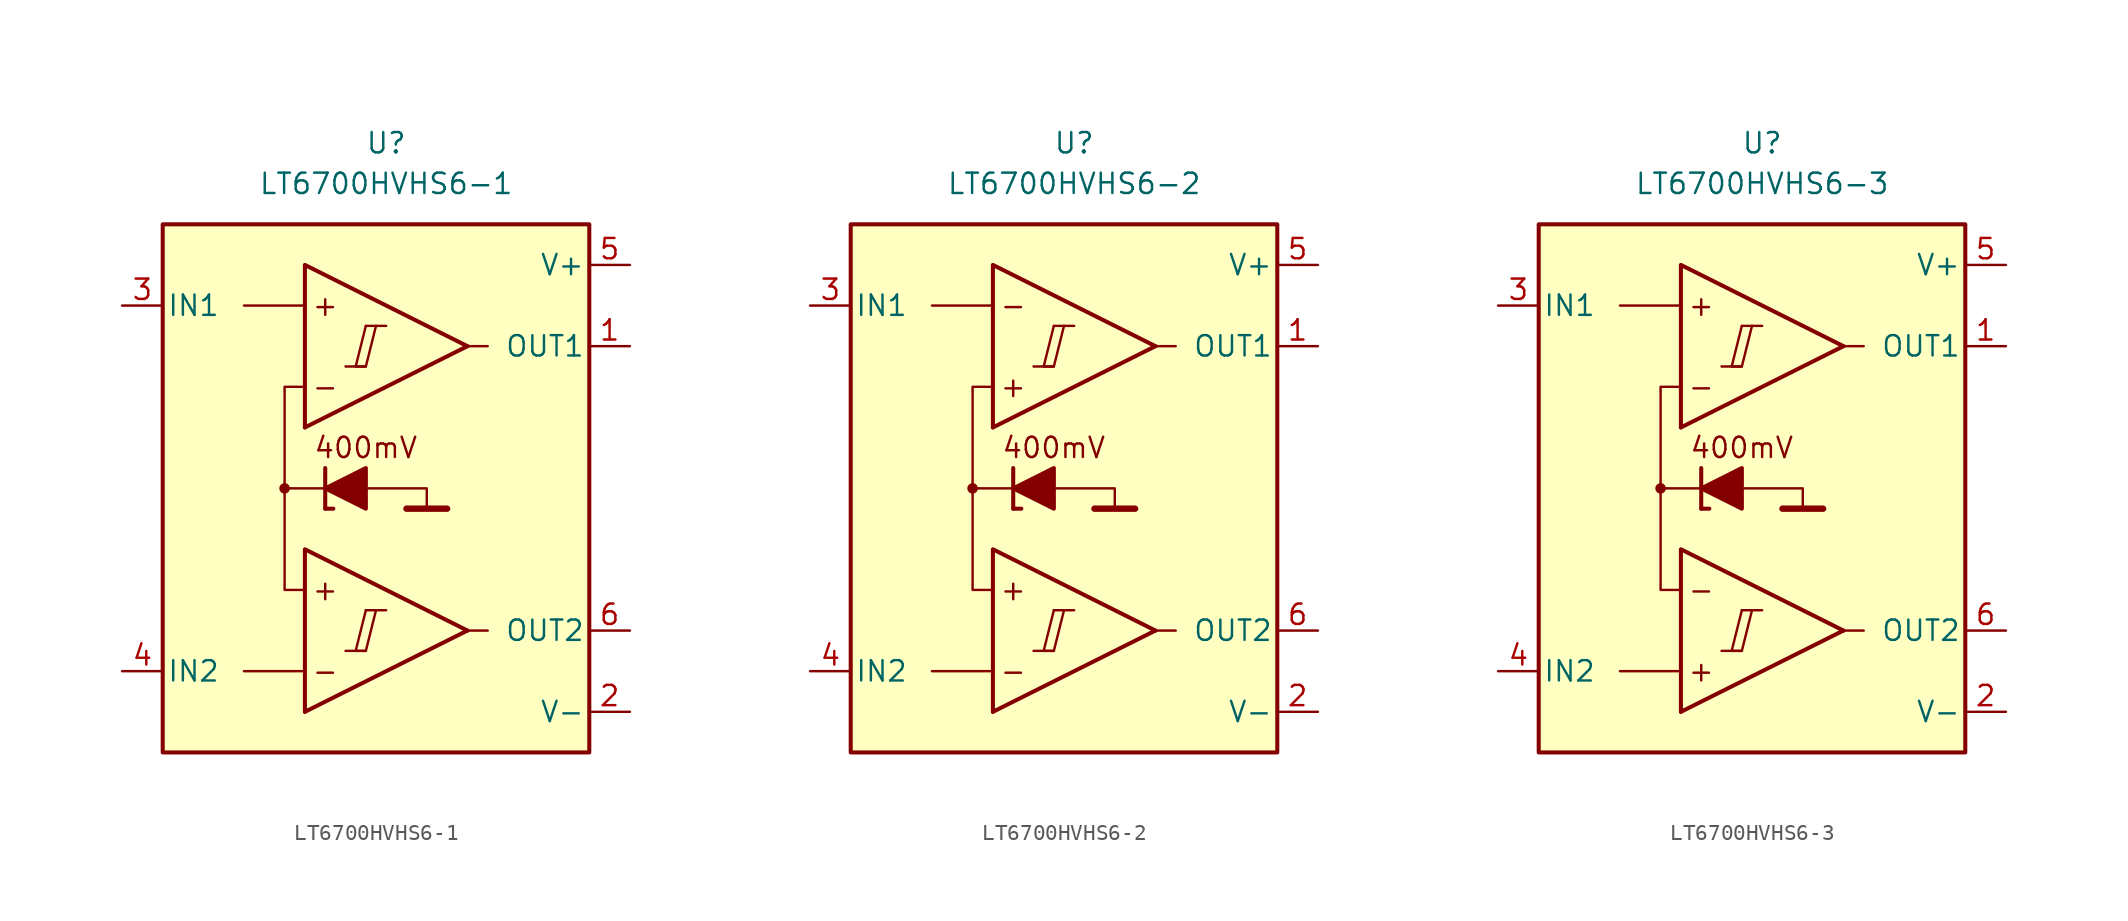
<source format=kicad_sym>
(kicad_symbol_lib
  (version 20211014)
  (generator kicad_symbol_editor)
  (symbol "LT6700HVHS6-1"
    (pin_names
      (offset 0.254))
    (property "Reference" "U"
      (at 0 22.86 0)
      (effects (font (size 1.27 1.27))))
    (property "Value" "LT6700HVHS6-1"
      (at 0 20.32 0)
      (effects (font (size 1.27 1.27))))
    (symbol "LT6700HVHS6-1_0_0"
      (rectangle (start -13.97 17.78) (end 12.7 -15.24) (stroke (width 0.254) (type default) (color 0 0 0 0)) (fill (type background)))
      (circle (center -6.35 1.27) (radius 0.254) (stroke (width 0.152) (type default) (color 0 0 0 0)) (fill (type outline)))
      (polyline (pts (xy -2.54 -8.89) (xy -1.27 -8.89)) (stroke (width 0.152) (type default) (color 0 0 0 0)) (fill (type none)))
      (polyline (pts (xy -2.54 8.89) (xy -1.27 8.89)) (stroke (width 0.152) (type default) (color 0 0 0 0)) (fill (type none)))
      (polyline (pts (xy -1.27 -6.35) (xy 0 -6.35)) (stroke (width 0.152) (type default) (color 0 0 0 0)) (fill (type none)))
      (polyline (pts (xy -1.27 11.43) (xy 0 11.43)) (stroke (width 0.152) (type default) (color 0 0 0 0)) (fill (type none)))
      (polyline (pts (xy 5.08 -7.62) (xy -5.08 -12.7)) (stroke (width 0.254) (type default) (color 0 0 0 0)) (fill (type none)))
      (polyline (pts (xy 5.08 10.16) (xy -5.08 5.08)) (stroke (width 0.254) (type default) (color 0 0 0 0)) (fill (type none)))
      (polyline (pts (xy 5.08 -7.62) (xy -5.08 -2.54) (xy -5.08 -12.7)) (stroke (width 0.254) (type default) (color 0 0 0 0)) (fill (type background)))
      (polyline (pts (xy 5.08 10.16) (xy -5.08 15.24) (xy -5.08 5.08)) (stroke (width 0.254) (type default) (color 0 0 0 0)) (fill (type background)))
      (polyline (pts (xy -1.27 -6.35) (xy -1.905 -8.89) (xy -1.27 -8.89) (xy -0.635 -6.35)) (stroke (width 0.152) (type default) (color 0 0 0 0)) (fill (type none)))
      (polyline (pts (xy -1.27 11.43) (xy -1.905 8.89) (xy -1.27 8.89) (xy -0.635 11.43)) (stroke (width 0.152) (type default) (color 0 0 0 0)) (fill (type none)))
      (text "+" (at -3.81 -5.08 0) (effects (font (size 1.27 1.27))))
      (text "+" (at -3.81 12.7 0) (effects (font (size 1.27 1.27))))
      (text "-" (at -3.81 -10.16 0) (effects (font (size 1.27 1.27))))
      (text "-" (at -3.81 7.62 0) (effects (font (size 1.27 1.27)))))
    (symbol "LT6700HVHS6-1_0_1"
      (polyline (pts (xy -5.08 -10.16) (xy -8.89 -10.16)) (stroke (width 0) (type default) (color 0 0 0 0)) (fill (type none)))
      (polyline (pts (xy -5.08 12.7) (xy -8.89 12.7)) (stroke (width 0) (type default) (color 0 0 0 0)) (fill (type none)))
      (polyline (pts (xy -3.81 0) (xy -3.81 2.54)) (stroke (width 0.254) (type default) (color 0 0 0 0)) (fill (type none)))
      (polyline (pts (xy -3.81 0) (xy -3.302 0)) (stroke (width 0.254) (type default) (color 0 0 0 0)) (fill (type none)))
      (polyline (pts (xy -3.81 1.27) (xy -6.35 1.27)) (stroke (width 0.152) (type default) (color 0 0 0 0)) (fill (type none)))
      (polyline (pts (xy 1.27 0) (xy 3.81 0)) (stroke (width 0.4) (type default) (color 0 0 0 0)) (fill (type none)))
      (polyline (pts (xy 5.08 -7.62) (xy 6.35 -7.62)) (stroke (width 0) (type default) (color 0 0 0 0)) (fill (type none)))
      (polyline (pts (xy 5.08 10.16) (xy 6.35 10.16)) (stroke (width 0) (type default) (color 0 0 0 0)) (fill (type none)))
      (polyline (pts (xy -1.27 1.27) (xy 2.54 1.27) (xy 2.54 0)) (stroke (width 0.152) (type default) (color 0 0 0 0)) (fill (type none)))
      (polyline (pts (xy -5.08 -5.08) (xy -6.35 -5.08) (xy -6.35 7.62) (xy -5.08 7.62)) (stroke (width 0.152) (type default) (color 0 0 0 0)) (fill (type none)))
      (polyline (pts (xy -1.27 2.54) (xy -1.27 0) (xy -3.81 1.27) (xy -1.27 2.54)) (stroke (width 0.254) (type default) (color 0 0 0 0)) (fill (type outline))))
    (symbol "LT6700HVHS6-1_1_0"
      (text "400mV" (at -1.27 3.81 0) (effects (font (size 1.27 1.27)))))
    (symbol "LT6700HVHS6-1_1_1"
      (pin output line (at 15.24 10.16 180) (length 2.54) (name "OUT1" (effects (font (size 1.27 1.27)))) (number "1" (effects (font (size 1.27 1.27)))))
      (pin power_in line (at 15.24 -12.7 180) (length 2.54) (name "V-" (effects (font (size 1.27 1.27)))) (number "2" (effects (font (size 1.27 1.27)))))
      (pin input line (at -16.51 12.7 0) (length 2.54) (name "IN1" (effects (font (size 1.27 1.27)))) (number "3" (effects (font (size 1.27 1.27)))))
      (pin input line (at -16.51 -10.16 0) (length 2.54) (name "IN2" (effects (font (size 1.27 1.27)))) (number "4" (effects (font (size 1.27 1.27)))))
      (pin power_in line (at 15.24 15.24 180) (length 2.54) (name "V+" (effects (font (size 1.27 1.27)))) (number "5" (effects (font (size 1.27 1.27)))))
      (pin output line (at 15.24 -7.62 180) (length 2.54) (name "OUT2" (effects (font (size 1.27 1.27)))) (number "6" (effects (font (size 1.27 1.27)))))))
  (symbol "LT6700HVHS6-2"
    (pin_names
      (offset 0.254))
    (property "Reference" "U"
      (at 0 22.86 0)
      (effects (font (size 1.27 1.27))))
    (property "Value" "LT6700HVHS6-2"
      (at 0 20.32 0)
      (effects (font (size 1.27 1.27))))
    (symbol "LT6700HVHS6-2_0_0"
      (rectangle (start -13.97 17.78) (end 12.7 -15.24) (stroke (width 0.254) (type default) (color 0 0 0 0)) (fill (type background)))
      (circle (center -6.35 1.27) (radius 0.254) (stroke (width 0.152) (type default) (color 0 0 0 0)) (fill (type outline)))
      (polyline (pts (xy -2.54 -8.89) (xy -1.27 -8.89)) (stroke (width 0.152) (type default) (color 0 0 0 0)) (fill (type none)))
      (polyline (pts (xy -2.54 8.89) (xy -1.27 8.89)) (stroke (width 0.152) (type default) (color 0 0 0 0)) (fill (type none)))
      (polyline (pts (xy -1.27 -6.35) (xy 0 -6.35)) (stroke (width 0.152) (type default) (color 0 0 0 0)) (fill (type none)))
      (polyline (pts (xy -1.27 11.43) (xy 0 11.43)) (stroke (width 0.152) (type default) (color 0 0 0 0)) (fill (type none)))
      (polyline (pts (xy 5.08 -7.62) (xy -5.08 -12.7)) (stroke (width 0.254) (type default) (color 0 0 0 0)) (fill (type none)))
      (polyline (pts (xy 5.08 10.16) (xy -5.08 5.08)) (stroke (width 0.254) (type default) (color 0 0 0 0)) (fill (type none)))
      (polyline (pts (xy 5.08 -7.62) (xy -5.08 -2.54) (xy -5.08 -12.7)) (stroke (width 0.254) (type default) (color 0 0 0 0)) (fill (type background)))
      (polyline (pts (xy 5.08 10.16) (xy -5.08 15.24) (xy -5.08 5.08)) (stroke (width 0.254) (type default) (color 0 0 0 0)) (fill (type background)))
      (polyline (pts (xy -1.27 -6.35) (xy -1.905 -8.89) (xy -1.27 -8.89) (xy -0.635 -6.35)) (stroke (width 0.152) (type default) (color 0 0 0 0)) (fill (type none)))
      (polyline (pts (xy -1.27 11.43) (xy -1.905 8.89) (xy -1.27 8.89) (xy -0.635 11.43)) (stroke (width 0.152) (type default) (color 0 0 0 0)) (fill (type none)))
      (text "+" (at -3.81 -5.08 0) (effects (font (size 1.27 1.27))))
      (text "+" (at -3.81 7.62 0) (effects (font (size 1.27 1.27))))
      (text "-" (at -3.81 -10.16 0) (effects (font (size 1.27 1.27))))
      (text "-" (at -3.81 12.7 0) (effects (font (size 1.27 1.27)))))
    (symbol "LT6700HVHS6-2_0_1"
      (polyline (pts (xy -5.08 -10.16) (xy -8.89 -10.16)) (stroke (width 0) (type default) (color 0 0 0 0)) (fill (type none)))
      (polyline (pts (xy -5.08 12.7) (xy -8.89 12.7)) (stroke (width 0) (type default) (color 0 0 0 0)) (fill (type none)))
      (polyline (pts (xy -3.81 0) (xy -3.81 2.54)) (stroke (width 0.254) (type default) (color 0 0 0 0)) (fill (type none)))
      (polyline (pts (xy -3.81 0) (xy -3.302 0)) (stroke (width 0.254) (type default) (color 0 0 0 0)) (fill (type none)))
      (polyline (pts (xy -3.81 1.27) (xy -6.35 1.27)) (stroke (width 0.152) (type default) (color 0 0 0 0)) (fill (type none)))
      (polyline (pts (xy 1.27 0) (xy 3.81 0)) (stroke (width 0.4) (type default) (color 0 0 0 0)) (fill (type none)))
      (polyline (pts (xy 5.08 -7.62) (xy 6.35 -7.62)) (stroke (width 0) (type default) (color 0 0 0 0)) (fill (type none)))
      (polyline (pts (xy 5.08 10.16) (xy 6.35 10.16)) (stroke (width 0) (type default) (color 0 0 0 0)) (fill (type none)))
      (polyline (pts (xy -1.27 1.27) (xy 2.54 1.27) (xy 2.54 0)) (stroke (width 0.152) (type default) (color 0 0 0 0)) (fill (type none)))
      (polyline (pts (xy -5.08 -5.08) (xy -6.35 -5.08) (xy -6.35 7.62) (xy -5.08 7.62)) (stroke (width 0.152) (type default) (color 0 0 0 0)) (fill (type none)))
      (polyline (pts (xy -1.27 2.54) (xy -1.27 0) (xy -3.81 1.27) (xy -1.27 2.54)) (stroke (width 0.254) (type default) (color 0 0 0 0)) (fill (type outline))))
    (symbol "LT6700HVHS6-2_1_0"
      (text "400mV" (at -1.27 3.81 0) (effects (font (size 1.27 1.27)))))
    (symbol "LT6700HVHS6-2_1_1"
      (pin output line (at 15.24 10.16 180) (length 2.54) (name "OUT1" (effects (font (size 1.27 1.27)))) (number "1" (effects (font (size 1.27 1.27)))))
      (pin power_in line (at 15.24 -12.7 180) (length 2.54) (name "V-" (effects (font (size 1.27 1.27)))) (number "2" (effects (font (size 1.27 1.27)))))
      (pin input line (at -16.51 12.7 0) (length 2.54) (name "IN1" (effects (font (size 1.27 1.27)))) (number "3" (effects (font (size 1.27 1.27)))))
      (pin input line (at -16.51 -10.16 0) (length 2.54) (name "IN2" (effects (font (size 1.27 1.27)))) (number "4" (effects (font (size 1.27 1.27)))))
      (pin power_in line (at 15.24 15.24 180) (length 2.54) (name "V+" (effects (font (size 1.27 1.27)))) (number "5" (effects (font (size 1.27 1.27)))))
      (pin output line (at 15.24 -7.62 180) (length 2.54) (name "OUT2" (effects (font (size 1.27 1.27)))) (number "6" (effects (font (size 1.27 1.27)))))))
  (symbol "LT6700HVHS6-3"
    (pin_names
      (offset 0.254))
    (property "Reference" "U"
      (at 0 22.86 0)
      (effects (font (size 1.27 1.27))))
    (property "Value" "LT6700HVHS6-3"
      (at 0 20.32 0)
      (effects (font (size 1.27 1.27))))
    (symbol "LT6700HVHS6-3_0_0"
      (rectangle (start -13.97 17.78) (end 12.7 -15.24) (stroke (width 0.254) (type default) (color 0 0 0 0)) (fill (type background)))
      (circle (center -6.35 1.27) (radius 0.254) (stroke (width 0.152) (type default) (color 0 0 0 0)) (fill (type outline)))
      (polyline (pts (xy -2.54 -8.89) (xy -1.27 -8.89)) (stroke (width 0.152) (type default) (color 0 0 0 0)) (fill (type none)))
      (polyline (pts (xy -2.54 8.89) (xy -1.27 8.89)) (stroke (width 0.152) (type default) (color 0 0 0 0)) (fill (type none)))
      (polyline (pts (xy -1.27 -6.35) (xy 0 -6.35)) (stroke (width 0.152) (type default) (color 0 0 0 0)) (fill (type none)))
      (polyline (pts (xy -1.27 11.43) (xy 0 11.43)) (stroke (width 0.152) (type default) (color 0 0 0 0)) (fill (type none)))
      (polyline (pts (xy 5.08 -7.62) (xy -5.08 -12.7)) (stroke (width 0.254) (type default) (color 0 0 0 0)) (fill (type none)))
      (polyline (pts (xy 5.08 10.16) (xy -5.08 5.08)) (stroke (width 0.254) (type default) (color 0 0 0 0)) (fill (type none)))
      (polyline (pts (xy 5.08 -7.62) (xy -5.08 -2.54) (xy -5.08 -12.7)) (stroke (width 0.254) (type default) (color 0 0 0 0)) (fill (type background)))
      (polyline (pts (xy 5.08 10.16) (xy -5.08 15.24) (xy -5.08 5.08)) (stroke (width 0.254) (type default) (color 0 0 0 0)) (fill (type background)))
      (polyline (pts (xy -1.27 -6.35) (xy -1.905 -8.89) (xy -1.27 -8.89) (xy -0.635 -6.35)) (stroke (width 0.152) (type default) (color 0 0 0 0)) (fill (type none)))
      (polyline (pts (xy -1.27 11.43) (xy -1.905 8.89) (xy -1.27 8.89) (xy -0.635 11.43)) (stroke (width 0.152) (type default) (color 0 0 0 0)) (fill (type none)))
      (text "+" (at -3.81 -10.16 0) (effects (font (size 1.27 1.27))))
      (text "+" (at -3.81 12.7 0) (effects (font (size 1.27 1.27))))
      (text "-" (at -3.81 -5.08 0) (effects (font (size 1.27 1.27))))
      (text "-" (at -3.81 7.62 0) (effects (font (size 1.27 1.27)))))
    (symbol "LT6700HVHS6-3_0_1"
      (polyline (pts (xy -5.08 -10.16) (xy -8.89 -10.16)) (stroke (width 0) (type default) (color 0 0 0 0)) (fill (type none)))
      (polyline (pts (xy -5.08 12.7) (xy -8.89 12.7)) (stroke (width 0) (type default) (color 0 0 0 0)) (fill (type none)))
      (polyline (pts (xy -3.81 0) (xy -3.81 2.54)) (stroke (width 0.254) (type default) (color 0 0 0 0)) (fill (type none)))
      (polyline (pts (xy -3.81 0) (xy -3.302 0)) (stroke (width 0.254) (type default) (color 0 0 0 0)) (fill (type none)))
      (polyline (pts (xy -3.81 1.27) (xy -6.35 1.27)) (stroke (width 0.152) (type default) (color 0 0 0 0)) (fill (type none)))
      (polyline (pts (xy 1.27 0) (xy 3.81 0)) (stroke (width 0.4) (type default) (color 0 0 0 0)) (fill (type none)))
      (polyline (pts (xy 5.08 -7.62) (xy 6.35 -7.62)) (stroke (width 0) (type default) (color 0 0 0 0)) (fill (type none)))
      (polyline (pts (xy 5.08 10.16) (xy 6.35 10.16)) (stroke (width 0) (type default) (color 0 0 0 0)) (fill (type none)))
      (polyline (pts (xy -1.27 1.27) (xy 2.54 1.27) (xy 2.54 0)) (stroke (width 0.152) (type default) (color 0 0 0 0)) (fill (type none)))
      (polyline (pts (xy -5.08 -5.08) (xy -6.35 -5.08) (xy -6.35 7.62) (xy -5.08 7.62)) (stroke (width 0.152) (type default) (color 0 0 0 0)) (fill (type none)))
      (polyline (pts (xy -1.27 2.54) (xy -1.27 0) (xy -3.81 1.27) (xy -1.27 2.54)) (stroke (width 0.254) (type default) (color 0 0 0 0)) (fill (type outline))))
    (symbol "LT6700HVHS6-3_1_0"
      (text "400mV" (at -1.27 3.81 0) (effects (font (size 1.27 1.27)))))
    (symbol "LT6700HVHS6-3_1_1"
      (pin output line (at 15.24 10.16 180) (length 2.54) (name "OUT1" (effects (font (size 1.27 1.27)))) (number "1" (effects (font (size 1.27 1.27)))))
      (pin power_in line (at 15.24 -12.7 180) (length 2.54) (name "V-" (effects (font (size 1.27 1.27)))) (number "2" (effects (font (size 1.27 1.27)))))
      (pin input line (at -16.51 12.7 0) (length 2.54) (name "IN1" (effects (font (size 1.27 1.27)))) (number "3" (effects (font (size 1.27 1.27)))))
      (pin input line (at -16.51 -10.16 0) (length 2.54) (name "IN2" (effects (font (size 1.27 1.27)))) (number "4" (effects (font (size 1.27 1.27)))))
      (pin power_in line (at 15.24 15.24 180) (length 2.54) (name "V+" (effects (font (size 1.27 1.27)))) (number "5" (effects (font (size 1.27 1.27)))))
      (pin output line (at 15.24 -7.62 180) (length 2.54) (name "OUT2" (effects (font (size 1.27 1.27)))) (number "6" (effects (font (size 1.27 1.27))))))))
</source>
